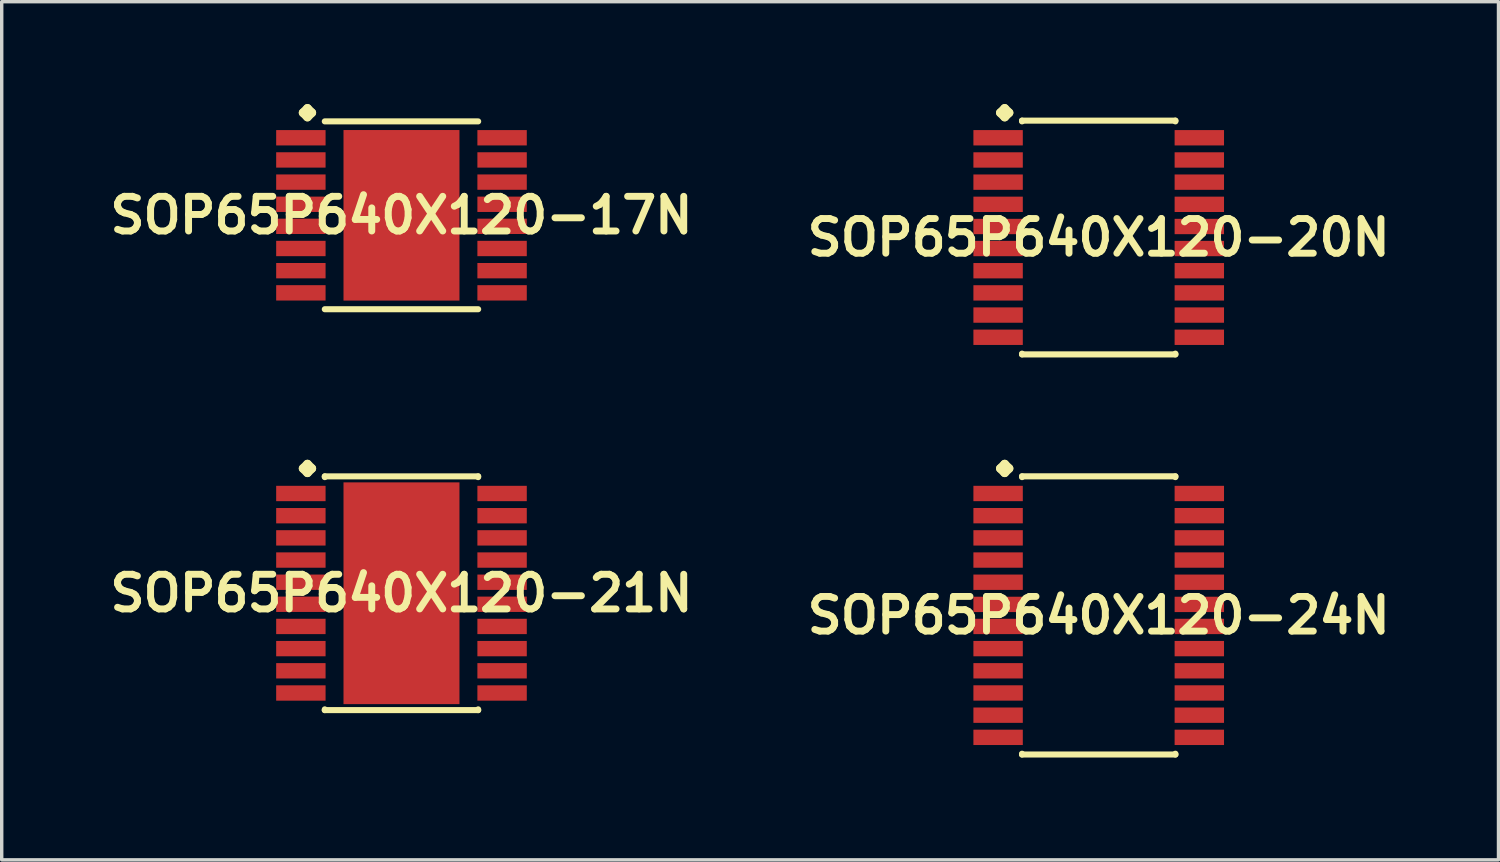
<source format=kicad_pcb>
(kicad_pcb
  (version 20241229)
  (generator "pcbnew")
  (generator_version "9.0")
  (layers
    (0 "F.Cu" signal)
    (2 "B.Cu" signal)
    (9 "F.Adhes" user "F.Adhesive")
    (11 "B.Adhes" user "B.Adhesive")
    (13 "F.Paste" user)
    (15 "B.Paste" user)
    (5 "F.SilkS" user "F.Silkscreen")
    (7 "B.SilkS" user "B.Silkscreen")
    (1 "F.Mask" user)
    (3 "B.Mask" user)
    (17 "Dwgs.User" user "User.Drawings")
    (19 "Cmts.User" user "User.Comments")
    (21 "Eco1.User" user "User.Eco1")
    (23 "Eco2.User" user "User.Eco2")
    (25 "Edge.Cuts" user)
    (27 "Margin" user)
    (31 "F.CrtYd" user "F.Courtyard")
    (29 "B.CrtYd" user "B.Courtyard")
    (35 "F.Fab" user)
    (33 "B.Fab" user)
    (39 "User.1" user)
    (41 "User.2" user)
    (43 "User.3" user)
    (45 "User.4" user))
  (footprint "SOP65P640X120-24N"
    (layer "F.Cu")
    (at 29.155 14.989)
    (property "Reference" "SOP65P640X120-24N" (at 0 0 0) (layer "F.SilkS") (effects (font (size 1.016 1.016) (thickness 0.203))))
    (attr smd)
    (fp_line (start -2.883 -4.308) (end -2.756 -4.435) (stroke (width 0.254) (type solid)) (layer "F.SilkS"))
    (fp_line (start -2.756 -4.435) (end -2.629 -4.308) (stroke (width 0.254) (type solid)) (layer "F.SilkS"))
    (fp_line (start -2.756 -4.181) (end -2.883 -4.308) (stroke (width 0.254) (type solid)) (layer "F.SilkS"))
    (fp_line (start -2.629 -4.308) (end -2.756 -4.181) (stroke (width 0.254) (type solid)) (layer "F.SilkS"))
    (fp_line (start -2.248 -4.077) (end 2.248 -4.077) (stroke (width 0.178) (type solid)) (layer "F.SilkS"))
    (fp_line (start -2.248 -4.054) (end -2.248 -4.077) (stroke (width 0.178) (type solid)) (layer "F.SilkS"))
    (fp_line (start -2.248 4.054) (end -2.248 4.077) (stroke (width 0.178) (type solid)) (layer "F.SilkS"))
    (fp_line (start -2.248 4.077) (end 2.248 4.077) (stroke (width 0.178) (type solid)) (layer "F.SilkS"))
    (fp_line (start 2.248 -4.077) (end 2.248 -4.054) (stroke (width 0.178) (type solid)) (layer "F.SilkS"))
    (fp_line (start 2.248 4.077) (end 2.248 4.054) (stroke (width 0.178) (type solid)) (layer "F.SilkS"))
    (pad "1" smd rect (at -2.949 -3.574) (size 1.448 0.45) (layers "F.Cu" "F.Mask" "F.Paste"))
    (pad "2" smd rect (at -2.949 -2.924) (size 1.448 0.45) (layers "F.Cu" "F.Mask" "F.Paste"))
    (pad "3" smd rect (at -2.949 -2.273) (size 1.448 0.45) (layers "F.Cu" "F.Mask" "F.Paste"))
    (pad "4" smd rect (at -2.949 -1.623) (size 1.448 0.45) (layers "F.Cu" "F.Mask" "F.Paste"))
    (pad "5" smd rect (at -2.949 -0.973) (size 1.448 0.45) (layers "F.Cu" "F.Mask" "F.Paste"))
    (pad "6" smd rect (at -2.949 -0.323) (size 1.448 0.45) (layers "F.Cu" "F.Mask" "F.Paste"))
    (pad "7" smd rect (at -2.949 0.323) (size 1.448 0.45) (layers "F.Cu" "F.Mask" "F.Paste"))
    (pad "8" smd rect (at -2.949 0.973) (size 1.448 0.45) (layers "F.Cu" "F.Mask" "F.Paste"))
    (pad "9" smd rect (at -2.949 1.623) (size 1.448 0.45) (layers "F.Cu" "F.Mask" "F.Paste"))
    (pad "10" smd rect (at -2.949 2.273) (size 1.448 0.45) (layers "F.Cu" "F.Mask" "F.Paste"))
    (pad "11" smd rect (at -2.949 2.924) (size 1.448 0.45) (layers "F.Cu" "F.Mask" "F.Paste"))
    (pad "12" smd rect (at -2.949 3.574) (size 1.448 0.45) (layers "F.Cu" "F.Mask" "F.Paste"))
    (pad "13" smd rect (at 2.949 3.574) (size 1.448 0.45) (layers "F.Cu" "F.Mask" "F.Paste"))
    (pad "14" smd rect (at 2.949 2.924) (size 1.448 0.45) (layers "F.Cu" "F.Mask" "F.Paste"))
    (pad "15" smd rect (at 2.949 2.273) (size 1.448 0.45) (layers "F.Cu" "F.Mask" "F.Paste"))
    (pad "16" smd rect (at 2.949 1.623) (size 1.448 0.45) (layers "F.Cu" "F.Mask" "F.Paste"))
    (pad "17" smd rect (at 2.949 0.973) (size 1.448 0.45) (layers "F.Cu" "F.Mask" "F.Paste"))
    (pad "18" smd rect (at 2.949 0.323) (size 1.448 0.45) (layers "F.Cu" "F.Mask" "F.Paste"))
    (pad "19" smd rect (at 2.949 -0.323) (size 1.448 0.45) (layers "F.Cu" "F.Mask" "F.Paste"))
    (pad "20" smd rect (at 2.949 -0.973) (size 1.448 0.45) (layers "F.Cu" "F.Mask" "F.Paste"))
    (pad "21" smd rect (at 2.949 -1.623) (size 1.448 0.45) (layers "F.Cu" "F.Mask" "F.Paste"))
    (pad "22" smd rect (at 2.949 -2.273) (size 1.448 0.45) (layers "F.Cu" "F.Mask" "F.Paste"))
    (pad "23" smd rect (at 2.949 -2.924) (size 1.448 0.45) (layers "F.Cu" "F.Mask" "F.Paste"))
    (pad "24" smd rect (at 2.949 -3.574) (size 1.448 0.45) (layers "F.Cu" "F.Mask" "F.Paste")))
  (footprint "SOP65P640X120-17N"
    (layer "F.Cu")
    (at 8.718 3.261)
    (property "Reference" "SOP65P640X120-17N" (at 0 0 0) (layer "F.SilkS") (effects (font (size 1.016 1.016) (thickness 0.203))))
    (attr smd)
    (fp_line (start -2.883 -3.007) (end -2.756 -3.134) (stroke (width 0.254) (type solid)) (layer "F.SilkS"))
    (fp_line (start -2.756 -3.134) (end -2.629 -3.007) (stroke (width 0.254) (type solid)) (layer "F.SilkS"))
    (fp_line (start -2.756 -2.88) (end -2.883 -3.007) (stroke (width 0.254) (type solid)) (layer "F.SilkS"))
    (fp_line (start -2.629 -3.007) (end -2.756 -2.88) (stroke (width 0.254) (type solid)) (layer "F.SilkS"))
    (fp_line (start -2.248 -2.753) (end 2.248 -2.753) (stroke (width 0.178) (type solid)) (layer "F.SilkS"))
    (fp_line (start -2.248 2.753) (end 2.248 2.753) (stroke (width 0.178) (type solid)) (layer "F.SilkS"))
    (pad "1" smd rect (at -2.949 -2.273) (size 1.448 0.45) (layers "F.Cu" "F.Mask" "F.Paste"))
    (pad "2" smd rect (at -2.949 -1.623) (size 1.448 0.45) (layers "F.Cu" "F.Mask" "F.Paste"))
    (pad "3" smd rect (at -2.949 -0.973) (size 1.448 0.45) (layers "F.Cu" "F.Mask" "F.Paste"))
    (pad "4" smd rect (at -2.949 -0.323) (size 1.448 0.45) (layers "F.Cu" "F.Mask" "F.Paste"))
    (pad "5" smd rect (at -2.949 0.323) (size 1.448 0.45) (layers "F.Cu" "F.Mask" "F.Paste"))
    (pad "6" smd rect (at -2.949 0.973) (size 1.448 0.45) (layers "F.Cu" "F.Mask" "F.Paste"))
    (pad "7" smd rect (at -2.949 1.623) (size 1.448 0.45) (layers "F.Cu" "F.Mask" "F.Paste"))
    (pad "8" smd rect (at -2.949 2.273) (size 1.448 0.45) (layers "F.Cu" "F.Mask" "F.Paste"))
    (pad "9" smd rect (at 2.949 2.273) (size 1.448 0.45) (layers "F.Cu" "F.Mask" "F.Paste"))
    (pad "10" smd rect (at 2.949 1.623) (size 1.448 0.45) (layers "F.Cu" "F.Mask" "F.Paste"))
    (pad "11" smd rect (at 2.949 0.973) (size 1.448 0.45) (layers "F.Cu" "F.Mask" "F.Paste"))
    (pad "12" smd rect (at 2.949 0.323) (size 1.448 0.45) (layers "F.Cu" "F.Mask" "F.Paste"))
    (pad "13" smd rect (at 2.949 -0.323) (size 1.448 0.45) (layers "F.Cu" "F.Mask" "F.Paste"))
    (pad "14" smd rect (at 2.949 -0.973) (size 1.448 0.45) (layers "F.Cu" "F.Mask" "F.Paste"))
    (pad "15" smd rect (at 2.949 -1.623) (size 1.448 0.45) (layers "F.Cu" "F.Mask" "F.Paste"))
    (pad "16" smd rect (at 2.949 -2.273) (size 1.448 0.45) (layers "F.Cu" "F.Mask" "F.Paste"))
    (pad "17" smd rect (at 0 0) (size 3.399 4.999) (layers "F.Cu" "F.Mask" "F.Paste")))
  (footprint "SOP65P640X120-20N"
    (layer "F.Cu")
    (at 29.155 3.912)
    (property "Reference" "SOP65P640X120-20N" (at 0 0 0) (layer "F.SilkS") (effects (font (size 1.016 1.016) (thickness 0.203))))
    (attr smd)
    (fp_line (start -2.883 -3.658) (end -2.756 -3.785) (stroke (width 0.254) (type solid)) (layer "F.SilkS"))
    (fp_line (start -2.756 -3.785) (end -2.629 -3.658) (stroke (width 0.254) (type solid)) (layer "F.SilkS"))
    (fp_line (start -2.756 -3.531) (end -2.883 -3.658) (stroke (width 0.254) (type solid)) (layer "F.SilkS"))
    (fp_line (start -2.629 -3.658) (end -2.756 -3.531) (stroke (width 0.254) (type solid)) (layer "F.SilkS"))
    (fp_line (start -2.248 -3.426) (end 2.248 -3.426) (stroke (width 0.178) (type solid)) (layer "F.SilkS"))
    (fp_line (start -2.248 -3.404) (end -2.248 -3.426) (stroke (width 0.178) (type solid)) (layer "F.SilkS"))
    (fp_line (start -2.248 3.404) (end -2.248 3.426) (stroke (width 0.178) (type solid)) (layer "F.SilkS"))
    (fp_line (start -2.248 3.426) (end 2.248 3.426) (stroke (width 0.178) (type solid)) (layer "F.SilkS"))
    (fp_line (start 2.248 -3.426) (end 2.248 -3.404) (stroke (width 0.178) (type solid)) (layer "F.SilkS"))
    (fp_line (start 2.248 3.426) (end 2.248 3.404) (stroke (width 0.178) (type solid)) (layer "F.SilkS"))
    (pad "1" smd rect (at -2.949 -2.924) (size 1.448 0.45) (layers "F.Cu" "F.Mask" "F.Paste"))
    (pad "2" smd rect (at -2.949 -2.273) (size 1.448 0.45) (layers "F.Cu" "F.Mask" "F.Paste"))
    (pad "3" smd rect (at -2.949 -1.623) (size 1.448 0.45) (layers "F.Cu" "F.Mask" "F.Paste"))
    (pad "4" smd rect (at -2.949 -0.973) (size 1.448 0.45) (layers "F.Cu" "F.Mask" "F.Paste"))
    (pad "5" smd rect (at -2.949 -0.323) (size 1.448 0.45) (layers "F.Cu" "F.Mask" "F.Paste"))
    (pad "6" smd rect (at -2.949 0.323) (size 1.448 0.45) (layers "F.Cu" "F.Mask" "F.Paste"))
    (pad "7" smd rect (at -2.949 0.973) (size 1.448 0.45) (layers "F.Cu" "F.Mask" "F.Paste"))
    (pad "8" smd rect (at -2.949 1.623) (size 1.448 0.45) (layers "F.Cu" "F.Mask" "F.Paste"))
    (pad "9" smd rect (at -2.949 2.273) (size 1.448 0.45) (layers "F.Cu" "F.Mask" "F.Paste"))
    (pad "10" smd rect (at -2.949 2.924) (size 1.448 0.45) (layers "F.Cu" "F.Mask" "F.Paste"))
    (pad "11" smd rect (at 2.949 2.924) (size 1.448 0.45) (layers "F.Cu" "F.Mask" "F.Paste"))
    (pad "12" smd rect (at 2.949 2.273) (size 1.448 0.45) (layers "F.Cu" "F.Mask" "F.Paste"))
    (pad "13" smd rect (at 2.949 1.623) (size 1.448 0.45) (layers "F.Cu" "F.Mask" "F.Paste"))
    (pad "14" smd rect (at 2.949 0.973) (size 1.448 0.45) (layers "F.Cu" "F.Mask" "F.Paste"))
    (pad "15" smd rect (at 2.949 0.323) (size 1.448 0.45) (layers "F.Cu" "F.Mask" "F.Paste"))
    (pad "16" smd rect (at 2.949 -0.323) (size 1.448 0.45) (layers "F.Cu" "F.Mask" "F.Paste"))
    (pad "17" smd rect (at 2.949 -0.973) (size 1.448 0.45) (layers "F.Cu" "F.Mask" "F.Paste"))
    (pad "18" smd rect (at 2.949 -1.623) (size 1.448 0.45) (layers "F.Cu" "F.Mask" "F.Paste"))
    (pad "19" smd rect (at 2.949 -2.273) (size 1.448 0.45) (layers "F.Cu" "F.Mask" "F.Paste"))
    (pad "20" smd rect (at 2.949 -2.924) (size 1.448 0.45) (layers "F.Cu" "F.Mask" "F.Paste")))
  (footprint "SOP65P640X120-21N"
    (layer "F.Cu")
    (at 8.718 14.339)
    (property "Reference" "SOP65P640X120-21N" (at 0 0 0) (layer "F.SilkS") (effects (font (size 1.016 1.016) (thickness 0.203))))
    (attr smd)
    (fp_line (start -2.883 -3.658) (end -2.756 -3.785) (stroke (width 0.254) (type solid)) (layer "F.SilkS"))
    (fp_line (start -2.756 -3.785) (end -2.629 -3.658) (stroke (width 0.254) (type solid)) (layer "F.SilkS"))
    (fp_line (start -2.756 -3.531) (end -2.883 -3.658) (stroke (width 0.254) (type solid)) (layer "F.SilkS"))
    (fp_line (start -2.629 -3.658) (end -2.756 -3.531) (stroke (width 0.254) (type solid)) (layer "F.SilkS"))
    (fp_line (start -2.248 -3.426) (end 2.248 -3.426) (stroke (width 0.178) (type solid)) (layer "F.SilkS"))
    (fp_line (start -2.248 -3.404) (end -2.248 -3.426) (stroke (width 0.178) (type solid)) (layer "F.SilkS"))
    (fp_line (start -2.248 3.404) (end -2.248 3.426) (stroke (width 0.178) (type solid)) (layer "F.SilkS"))
    (fp_line (start -2.248 3.426) (end 2.248 3.426) (stroke (width 0.178) (type solid)) (layer "F.SilkS"))
    (fp_line (start 2.248 -3.426) (end 2.248 -3.404) (stroke (width 0.178) (type solid)) (layer "F.SilkS"))
    (fp_line (start 2.248 3.426) (end 2.248 3.404) (stroke (width 0.178) (type solid)) (layer "F.SilkS"))
    (pad "1" smd rect (at -2.949 -2.924) (size 1.448 0.45) (layers "F.Cu" "F.Mask" "F.Paste"))
    (pad "2" smd rect (at -2.949 -2.273) (size 1.448 0.45) (layers "F.Cu" "F.Mask" "F.Paste"))
    (pad "3" smd rect (at -2.949 -1.623) (size 1.448 0.45) (layers "F.Cu" "F.Mask" "F.Paste"))
    (pad "4" smd rect (at -2.949 -0.973) (size 1.448 0.45) (layers "F.Cu" "F.Mask" "F.Paste"))
    (pad "5" smd rect (at -2.949 -0.323) (size 1.448 0.45) (layers "F.Cu" "F.Mask" "F.Paste"))
    (pad "6" smd rect (at -2.949 0.323) (size 1.448 0.45) (layers "F.Cu" "F.Mask" "F.Paste"))
    (pad "7" smd rect (at -2.949 0.973) (size 1.448 0.45) (layers "F.Cu" "F.Mask" "F.Paste"))
    (pad "8" smd rect (at -2.949 1.623) (size 1.448 0.45) (layers "F.Cu" "F.Mask" "F.Paste"))
    (pad "9" smd rect (at -2.949 2.273) (size 1.448 0.45) (layers "F.Cu" "F.Mask" "F.Paste"))
    (pad "10" smd rect (at -2.949 2.924) (size 1.448 0.45) (layers "F.Cu" "F.Mask" "F.Paste"))
    (pad "11" smd rect (at 2.949 2.924) (size 1.448 0.45) (layers "F.Cu" "F.Mask" "F.Paste"))
    (pad "12" smd rect (at 2.949 2.273) (size 1.448 0.45) (layers "F.Cu" "F.Mask" "F.Paste"))
    (pad "13" smd rect (at 2.949 1.623) (size 1.448 0.45) (layers "F.Cu" "F.Mask" "F.Paste"))
    (pad "14" smd rect (at 2.949 0.973) (size 1.448 0.45) (layers "F.Cu" "F.Mask" "F.Paste"))
    (pad "15" smd rect (at 2.949 0.323) (size 1.448 0.45) (layers "F.Cu" "F.Mask" "F.Paste"))
    (pad "16" smd rect (at 2.949 -0.323) (size 1.448 0.45) (layers "F.Cu" "F.Mask" "F.Paste"))
    (pad "17" smd rect (at 2.949 -0.973) (size 1.448 0.45) (layers "F.Cu" "F.Mask" "F.Paste"))
    (pad "18" smd rect (at 2.949 -1.623) (size 1.448 0.45) (layers "F.Cu" "F.Mask" "F.Paste"))
    (pad "19" smd rect (at 2.949 -2.273) (size 1.448 0.45) (layers "F.Cu" "F.Mask" "F.Paste"))
    (pad "20" smd rect (at 2.949 -2.924) (size 1.448 0.45) (layers "F.Cu" "F.Mask" "F.Paste"))
    (pad "21" smd rect (at 0 0) (size 3.399 6.5) (layers "F.Cu" "F.Mask" "F.Paste")))
  (gr_rect
    (start -3 -3)
    (end 40.873 22.154)
    (stroke (width 0.1) (type default))
    (fill no)
    (layer "Edge.Cuts")))
</source>
